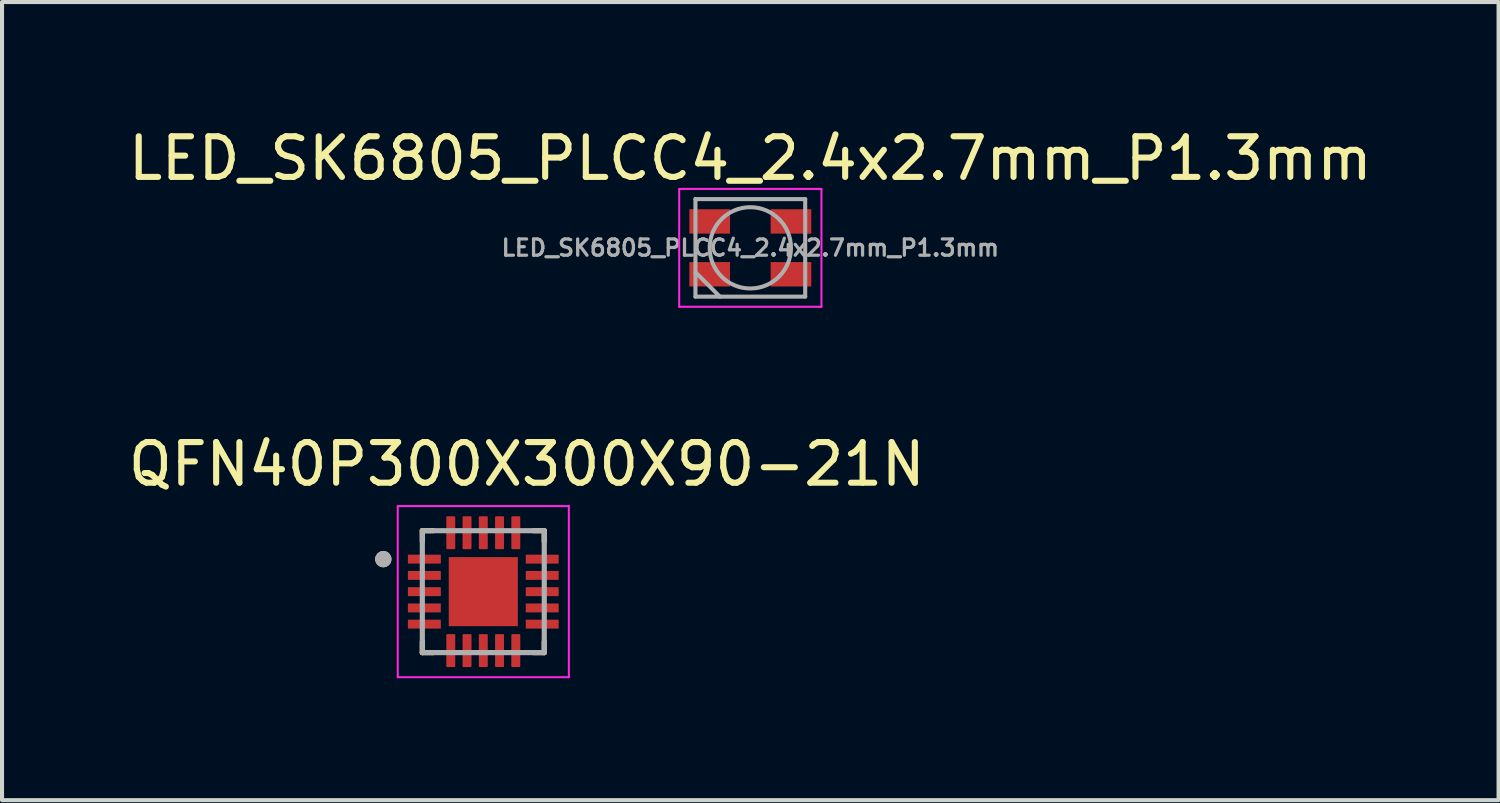
<source format=kicad_pcb>
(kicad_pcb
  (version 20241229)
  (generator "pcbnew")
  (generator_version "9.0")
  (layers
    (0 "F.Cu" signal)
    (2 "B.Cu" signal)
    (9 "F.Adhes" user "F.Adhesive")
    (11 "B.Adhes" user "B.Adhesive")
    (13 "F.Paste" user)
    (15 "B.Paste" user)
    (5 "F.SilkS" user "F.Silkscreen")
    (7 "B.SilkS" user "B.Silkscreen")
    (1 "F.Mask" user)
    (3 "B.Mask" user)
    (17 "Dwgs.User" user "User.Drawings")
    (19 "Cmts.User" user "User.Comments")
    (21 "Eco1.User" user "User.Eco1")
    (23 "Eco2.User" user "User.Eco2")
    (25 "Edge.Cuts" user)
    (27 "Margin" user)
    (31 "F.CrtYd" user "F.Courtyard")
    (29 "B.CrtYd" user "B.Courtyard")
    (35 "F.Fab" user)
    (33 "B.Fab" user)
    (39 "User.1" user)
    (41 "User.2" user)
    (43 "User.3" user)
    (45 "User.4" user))
  (footprint "QFN40P300X300X90-21N"
    (layer "F.Cu")
    (at 8.841 11.507)
    (property "Reference" "QFN40P300X300X90-21N" (at 1.07 -3.135 0) (layer "F.SilkS") (effects (font (size 1 1) (thickness 0.15))))
    (attr smd)
    (fp_line (start -1.5 -1.5) (end -1.5 -1.23) (stroke (width 0.127) (type solid)) (layer "F.SilkS"))
    (fp_line (start -1.5 -1.5) (end -1.23 -1.5) (stroke (width 0.127) (type solid)) (layer "F.SilkS"))
    (fp_line (start -1.5 1.5) (end -1.5 1.23) (stroke (width 0.127) (type solid)) (layer "F.SilkS"))
    (fp_line (start -1.5 1.5) (end -1.23 1.5) (stroke (width 0.127) (type solid)) (layer "F.SilkS"))
    (fp_line (start 1.5 -1.5) (end 1.23 -1.5) (stroke (width 0.127) (type solid)) (layer "F.SilkS"))
    (fp_line (start 1.5 -1.5) (end 1.5 -1.23) (stroke (width 0.127) (type solid)) (layer "F.SilkS"))
    (fp_line (start 1.5 1.5) (end 1.23 1.5) (stroke (width 0.127) (type solid)) (layer "F.SilkS"))
    (fp_line (start 1.5 1.5) (end 1.5 1.23) (stroke (width 0.127) (type solid)) (layer "F.SilkS"))
    (fp_circle (center -2.46 -0.8) (end -2.36 -0.8) (stroke (width 0.2) (type solid)) (fill no) (layer "F.SilkS"))
    (fp_poly (pts (xy -0.54 -0.54) (xy 0.54 -0.54) (xy 0.54 0.54) (xy -0.54 0.54)) (stroke (width 0.01) (type solid)) (fill yes) (layer "F.Paste"))
    (fp_line (start -2.105 -2.105) (end 2.105 -2.105) (stroke (width 0.05) (type solid)) (layer "F.CrtYd"))
    (fp_line (start -2.105 2.105) (end -2.105 -2.105) (stroke (width 0.05) (type solid)) (layer "F.CrtYd"))
    (fp_line (start -2.105 2.105) (end 2.105 2.105) (stroke (width 0.05) (type solid)) (layer "F.CrtYd"))
    (fp_line (start 2.105 2.105) (end 2.105 -2.105) (stroke (width 0.05) (type solid)) (layer "F.CrtYd"))
    (fp_line (start -1.5 1.5) (end -1.5 -1.5) (stroke (width 0.127) (type solid)) (layer "F.Fab"))
    (fp_line (start 1.5 -1.5) (end -1.5 -1.5) (stroke (width 0.127) (type solid)) (layer "F.Fab"))
    (fp_line (start 1.5 1.5) (end -1.5 1.5) (stroke (width 0.127) (type solid)) (layer "F.Fab"))
    (fp_line (start 1.5 1.5) (end 1.5 -1.5) (stroke (width 0.127) (type solid)) (layer "F.Fab"))
    (fp_circle (center -2.46 -0.8) (end -2.36 -0.8) (stroke (width 0.2) (type solid)) (fill no) (layer "F.Fab"))
    (pad "1" smd roundrect (at -1.45 -0.8) (size 0.81 0.22) (layers "F.Cu" "F.Mask" "F.Paste") (roundrect_rratio 0.03))
    (pad "2" smd roundrect (at -1.45 -0.4) (size 0.81 0.22) (layers "F.Cu" "F.Mask" "F.Paste") (roundrect_rratio 0.03))
    (pad "3" smd roundrect (at -1.45 0) (size 0.81 0.22) (layers "F.Cu" "F.Mask" "F.Paste") (roundrect_rratio 0.03))
    (pad "4" smd roundrect (at -1.45 0.4) (size 0.81 0.22) (layers "F.Cu" "F.Mask" "F.Paste") (roundrect_rratio 0.03))
    (pad "5" smd roundrect (at -1.45 0.8) (size 0.81 0.22) (layers "F.Cu" "F.Mask" "F.Paste") (roundrect_rratio 0.03))
    (pad "6" smd roundrect (at -0.8 1.45) (size 0.22 0.81) (layers "F.Cu" "F.Mask" "F.Paste") (roundrect_rratio 0.1))
    (pad "7" smd roundrect (at -0.4 1.45) (size 0.22 0.81) (layers "F.Cu" "F.Mask" "F.Paste") (roundrect_rratio 0.1))
    (pad "8" smd roundrect (at 0 1.45) (size 0.22 0.81) (layers "F.Cu" "F.Mask" "F.Paste") (roundrect_rratio 0.1))
    (pad "9" smd roundrect (at 0.4 1.45) (size 0.22 0.81) (layers "F.Cu" "F.Mask" "F.Paste") (roundrect_rratio 0.1))
    (pad "10" smd roundrect (at 0.8 1.45) (size 0.22 0.81) (layers "F.Cu" "F.Mask" "F.Paste") (roundrect_rratio 0.1))
    (pad "11" smd roundrect (at 1.45 0.8) (size 0.81 0.22) (layers "F.Cu" "F.Mask" "F.Paste") (roundrect_rratio 0.03))
    (pad "12" smd roundrect (at 1.45 0.4) (size 0.81 0.22) (layers "F.Cu" "F.Mask" "F.Paste") (roundrect_rratio 0.03))
    (pad "13" smd roundrect (at 1.45 0) (size 0.81 0.22) (layers "F.Cu" "F.Mask" "F.Paste") (roundrect_rratio 0.03))
    (pad "14" smd roundrect (at 1.45 -0.4) (size 0.81 0.22) (layers "F.Cu" "F.Mask" "F.Paste") (roundrect_rratio 0.03))
    (pad "15" smd roundrect (at 1.45 -0.8) (size 0.81 0.22) (layers "F.Cu" "F.Mask" "F.Paste") (roundrect_rratio 0.03))
    (pad "16" smd roundrect (at 0.8 -1.45) (size 0.22 0.81) (layers "F.Cu" "F.Mask" "F.Paste") (roundrect_rratio 0.1))
    (pad "17" smd roundrect (at 0.4 -1.45) (size 0.22 0.81) (layers "F.Cu" "F.Mask" "F.Paste") (roundrect_rratio 0.1))
    (pad "18" smd roundrect (at 0 -1.45) (size 0.22 0.81) (layers "F.Cu" "F.Mask" "F.Paste") (roundrect_rratio 0.1))
    (pad "19" smd roundrect (at -0.4 -1.45) (size 0.22 0.81) (layers "F.Cu" "F.Mask" "F.Paste") (roundrect_rratio 0.1))
    (pad "20" smd roundrect (at -0.8 -1.45) (size 0.22 0.81) (layers "F.Cu" "F.Mask" "F.Paste") (roundrect_rratio 0.1))
    (pad "21" smd rect (at 0 0) (size 1.7 1.7) (layers "F.Cu" "F.Mask")))
  (footprint "LED_SK6805_PLCC4_2.4x2.7mm_P1.3mm"
    (layer "F.Cu")
    (at 15.411 3.048)
    (property "Reference" "LED_SK6805_PLCC4_2.4x2.7mm_P1.3mm" (at 0 -2.2 0) (layer "F.SilkS") (effects (font (size 1 1) (thickness 0.15))))
    (attr smd)
    (fp_line (start -1.75 -1.45) (end -1.75 1.45) (stroke (width 0.05) (type solid)) (layer "F.CrtYd"))
    (fp_line (start -1.75 1.45) (end 1.75 1.45) (stroke (width 0.05) (type solid)) (layer "F.CrtYd"))
    (fp_line (start 1.75 -1.45) (end -1.75 -1.45) (stroke (width 0.05) (type solid)) (layer "F.CrtYd"))
    (fp_line (start 1.75 1.45) (end 1.75 -1.45) (stroke (width 0.05) (type solid)) (layer "F.CrtYd"))
    (fp_line (start -1.35 -1.2) (end -1.35 1.2) (stroke (width 0.1) (type solid)) (layer "F.Fab"))
    (fp_line (start -1.35 0.6) (end -0.75 1.2) (stroke (width 0.1) (type solid)) (layer "F.Fab"))
    (fp_line (start -1.35 1.2) (end 1.35 1.2) (stroke (width 0.1) (type solid)) (layer "F.Fab"))
    (fp_line (start 1.35 -1.2) (end -1.35 -1.2) (stroke (width 0.1) (type solid)) (layer "F.Fab"))
    (fp_line (start 1.35 1.2) (end 1.35 -1.2) (stroke (width 0.1) (type solid)) (layer "F.Fab"))
    (fp_circle (center 0 0) (end 0 -1) (stroke (width 0.1) (type solid)) (fill no) (layer "F.Fab"))
    (fp_text user "${REFERENCE}" (at 0 0 0) (layer "F.Fab") (effects (font (size 0.4 0.4) (thickness 0.08))))
    (pad "1" smd rect (at -1 -0.65) (size 1 0.6) (layers "F.Cu" "F.Mask" "F.Paste"))
    (pad "2" smd rect (at -1 0.65) (size 1 0.6) (layers "F.Cu" "F.Mask" "F.Paste"))
    (pad "3" smd rect (at 1 0.65) (size 1 0.6) (layers "F.Cu" "F.Mask" "F.Paste"))
    (pad "4" smd rect (at 1 -0.65) (size 1 0.6) (layers "F.Cu" "F.Mask" "F.Paste")))
  (gr_rect
    (start -3 -3)
    (end 33.821 16.637)
    (stroke (width 0.1) (type default))
    (fill no)
    (layer "Edge.Cuts")))
</source>
